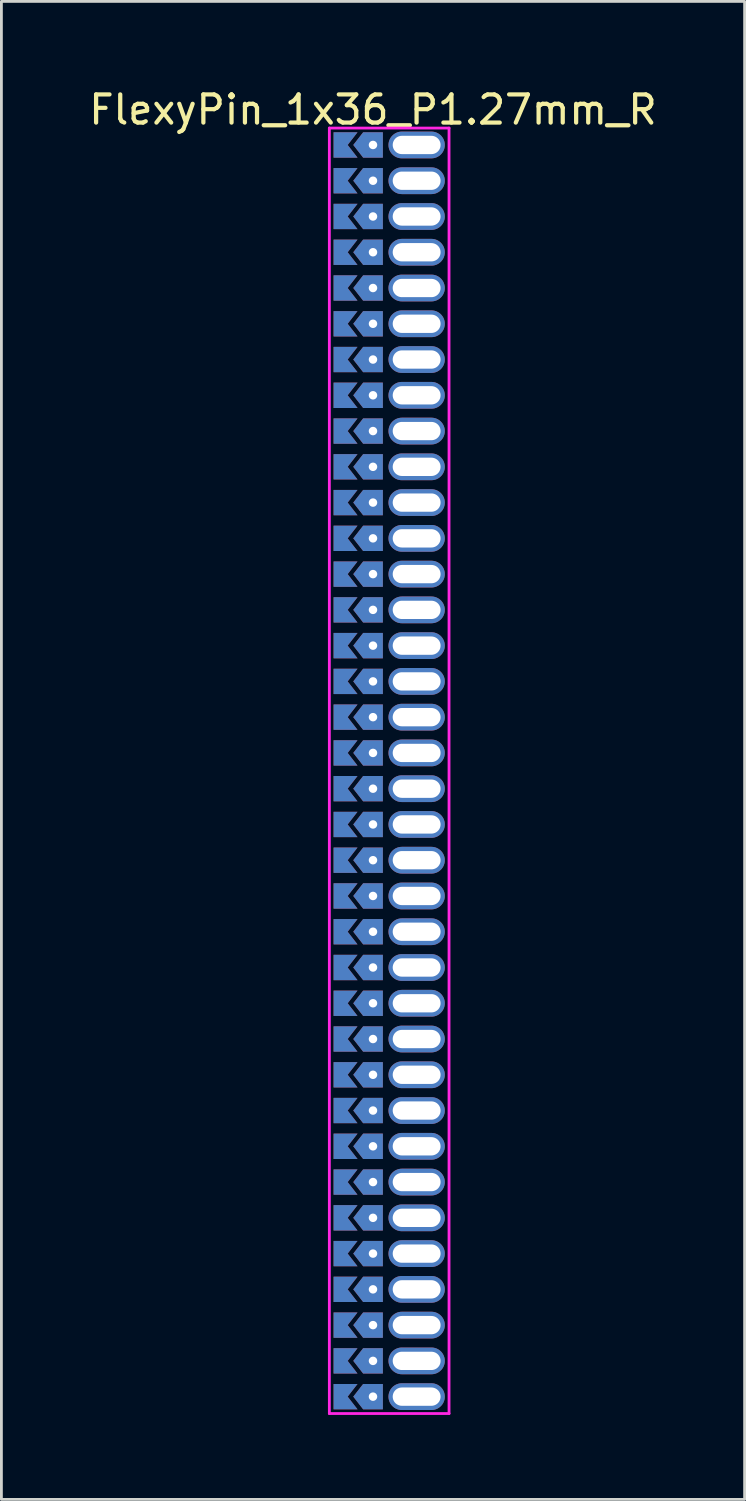
<source format=kicad_pcb>
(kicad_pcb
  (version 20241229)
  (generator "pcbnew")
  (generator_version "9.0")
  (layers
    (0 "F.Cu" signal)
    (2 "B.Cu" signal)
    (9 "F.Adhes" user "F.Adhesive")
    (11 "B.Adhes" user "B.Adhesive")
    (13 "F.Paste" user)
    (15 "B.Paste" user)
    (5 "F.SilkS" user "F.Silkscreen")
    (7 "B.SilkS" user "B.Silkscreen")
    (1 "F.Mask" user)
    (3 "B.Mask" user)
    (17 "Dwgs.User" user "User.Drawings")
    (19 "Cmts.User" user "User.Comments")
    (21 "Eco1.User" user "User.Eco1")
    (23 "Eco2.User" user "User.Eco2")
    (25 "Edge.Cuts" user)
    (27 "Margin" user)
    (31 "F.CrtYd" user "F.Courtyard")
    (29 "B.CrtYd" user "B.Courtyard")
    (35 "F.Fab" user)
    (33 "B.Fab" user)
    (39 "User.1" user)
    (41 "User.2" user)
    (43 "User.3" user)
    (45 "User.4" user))
  (footprint "FlexyPin_1x36_P1.27mm_R"
    (layer "F.Cu")
    (at 10.196 2.098)
    (property "Reference" "FlexyPin_1x36_P1.27mm_R" (at 0 -1.25 0) (layer "F.SilkS") (effects (font (size 1 1) (thickness 0.15))))
    (attr through_hole)
    (fp_line (start -1.55 -0.6) (end 2.7 -0.6) (stroke (width 0.1) (type solid)) (layer "F.CrtYd"))
    (fp_line (start -1.55 45.05) (end -1.55 -0.6) (stroke (width 0.1) (type solid)) (layer "F.CrtYd"))
    (fp_line (start 2.7 -0.6) (end 2.7 45.05) (stroke (width 0.1) (type solid)) (layer "F.CrtYd"))
    (fp_line (start 2.7 45.05) (end -1.55 45.05) (stroke (width 0.1) (type solid)) (layer "F.CrtYd"))
    (pad "" thru_hole custom (at 0 0) (size 0.3 0.3) (drill 0.6) (layers "*.Cu" "*.Mask") (options (anchor rect)) (primitives (gr_poly (pts (xy 0.35 0.45) (xy 0.35 -0.45) (xy -0.35 -0.45) (xy -0.7 0) (xy -0.35 0.45)) (width 0) (fill yes))))
    (pad "" thru_hole custom (at 0 1.27) (size 0.3 0.3) (drill 0.6) (layers "*.Cu" "*.Mask") (options (anchor rect)) (primitives (gr_poly (pts (xy 0.35 0.45) (xy 0.35 -0.45) (xy -0.35 -0.45) (xy -0.7 0) (xy -0.35 0.45)) (width 0) (fill yes))))
    (pad "" thru_hole custom (at 0 2.54) (size 0.3 0.3) (drill 0.6) (layers "*.Cu" "*.Mask") (options (anchor rect)) (primitives (gr_poly (pts (xy 0.35 0.45) (xy 0.35 -0.45) (xy -0.35 -0.45) (xy -0.7 0) (xy -0.35 0.45)) (width 0) (fill yes))))
    (pad "" thru_hole custom (at 0 3.81) (size 0.3 0.3) (drill 0.6) (layers "*.Cu" "*.Mask") (options (anchor rect)) (primitives (gr_poly (pts (xy 0.35 0.45) (xy 0.35 -0.45) (xy -0.35 -0.45) (xy -0.7 0) (xy -0.35 0.45)) (width 0) (fill yes))))
    (pad "" thru_hole custom (at 0 5.08) (size 0.3 0.3) (drill 0.6) (layers "*.Cu" "*.Mask") (options (anchor rect)) (primitives (gr_poly (pts (xy 0.35 0.45) (xy 0.35 -0.45) (xy -0.35 -0.45) (xy -0.7 0) (xy -0.35 0.45)) (width 0) (fill yes))))
    (pad "" thru_hole custom (at 0 6.35) (size 0.3 0.3) (drill 0.6) (layers "*.Cu" "*.Mask") (options (anchor rect)) (primitives (gr_poly (pts (xy 0.35 0.45) (xy 0.35 -0.45) (xy -0.35 -0.45) (xy -0.7 0) (xy -0.35 0.45)) (width 0) (fill yes))))
    (pad "" thru_hole custom (at 0 7.62) (size 0.3 0.3) (drill 0.6) (layers "*.Cu" "*.Mask") (options (anchor rect)) (primitives (gr_poly (pts (xy 0.35 0.45) (xy 0.35 -0.45) (xy -0.35 -0.45) (xy -0.7 0) (xy -0.35 0.45)) (width 0) (fill yes))))
    (pad "" thru_hole custom (at 0 8.89) (size 0.3 0.3) (drill 0.6) (layers "*.Cu" "*.Mask") (options (anchor rect)) (primitives (gr_poly (pts (xy 0.35 0.45) (xy 0.35 -0.45) (xy -0.35 -0.45) (xy -0.7 0) (xy -0.35 0.45)) (width 0) (fill yes))))
    (pad "" thru_hole custom (at 0 10.16) (size 0.3 0.3) (drill 0.6) (layers "*.Cu" "*.Mask") (options (anchor rect)) (primitives (gr_poly (pts (xy 0.35 0.45) (xy 0.35 -0.45) (xy -0.35 -0.45) (xy -0.7 0) (xy -0.35 0.45)) (width 0) (fill yes))))
    (pad "" thru_hole custom (at 0 11.43) (size 0.3 0.3) (drill 0.6) (layers "*.Cu" "*.Mask") (options (anchor rect)) (primitives (gr_poly (pts (xy 0.35 0.45) (xy 0.35 -0.45) (xy -0.35 -0.45) (xy -0.7 0) (xy -0.35 0.45)) (width 0) (fill yes))))
    (pad "" thru_hole custom (at 0 12.7) (size 0.3 0.3) (drill 0.6) (layers "*.Cu" "*.Mask") (options (anchor rect)) (primitives (gr_poly (pts (xy 0.35 0.45) (xy 0.35 -0.45) (xy -0.35 -0.45) (xy -0.7 0) (xy -0.35 0.45)) (width 0) (fill yes))))
    (pad "" thru_hole custom (at 0 13.97) (size 0.3 0.3) (drill 0.6) (layers "*.Cu" "*.Mask") (options (anchor rect)) (primitives (gr_poly (pts (xy 0.35 0.45) (xy 0.35 -0.45) (xy -0.35 -0.45) (xy -0.7 0) (xy -0.35 0.45)) (width 0) (fill yes))))
    (pad "" thru_hole custom (at 0 15.24) (size 0.3 0.3) (drill 0.6) (layers "*.Cu" "*.Mask") (options (anchor rect)) (primitives (gr_poly (pts (xy 0.35 0.45) (xy 0.35 -0.45) (xy -0.35 -0.45) (xy -0.7 0) (xy -0.35 0.45)) (width 0) (fill yes))))
    (pad "" thru_hole custom (at 0 16.51) (size 0.3 0.3) (drill 0.6) (layers "*.Cu" "*.Mask") (options (anchor rect)) (primitives (gr_poly (pts (xy 0.35 0.45) (xy 0.35 -0.45) (xy -0.35 -0.45) (xy -0.7 0) (xy -0.35 0.45)) (width 0) (fill yes))))
    (pad "" thru_hole custom (at 0 17.78) (size 0.3 0.3) (drill 0.6) (layers "*.Cu" "*.Mask") (options (anchor rect)) (primitives (gr_poly (pts (xy 0.35 0.45) (xy 0.35 -0.45) (xy -0.35 -0.45) (xy -0.7 0) (xy -0.35 0.45)) (width 0) (fill yes))))
    (pad "" thru_hole custom (at 0 19.05) (size 0.3 0.3) (drill 0.6) (layers "*.Cu" "*.Mask") (options (anchor rect)) (primitives (gr_poly (pts (xy 0.35 0.45) (xy 0.35 -0.45) (xy -0.35 -0.45) (xy -0.7 0) (xy -0.35 0.45)) (width 0) (fill yes))))
    (pad "" thru_hole custom (at 0 20.32) (size 0.3 0.3) (drill 0.6) (layers "*.Cu" "*.Mask") (options (anchor rect)) (primitives (gr_poly (pts (xy 0.35 0.45) (xy 0.35 -0.45) (xy -0.35 -0.45) (xy -0.7 0) (xy -0.35 0.45)) (width 0) (fill yes))))
    (pad "" thru_hole custom (at 0 21.59) (size 0.3 0.3) (drill 0.6) (layers "*.Cu" "*.Mask") (options (anchor rect)) (primitives (gr_poly (pts (xy 0.35 0.45) (xy 0.35 -0.45) (xy -0.35 -0.45) (xy -0.7 0) (xy -0.35 0.45)) (width 0) (fill yes))))
    (pad "" thru_hole custom (at 0 22.86) (size 0.3 0.3) (drill 0.6) (layers "*.Cu" "*.Mask") (options (anchor rect)) (primitives (gr_poly (pts (xy 0.35 0.45) (xy 0.35 -0.45) (xy -0.35 -0.45) (xy -0.7 0) (xy -0.35 0.45)) (width 0) (fill yes))))
    (pad "" thru_hole custom (at 0 24.13) (size 0.3 0.3) (drill 0.6) (layers "*.Cu" "*.Mask") (options (anchor rect)) (primitives (gr_poly (pts (xy 0.35 0.45) (xy 0.35 -0.45) (xy -0.35 -0.45) (xy -0.7 0) (xy -0.35 0.45)) (width 0) (fill yes))))
    (pad "" thru_hole custom (at 0 25.4) (size 0.3 0.3) (drill 0.6) (layers "*.Cu" "*.Mask") (options (anchor rect)) (primitives (gr_poly (pts (xy 0.35 0.45) (xy 0.35 -0.45) (xy -0.35 -0.45) (xy -0.7 0) (xy -0.35 0.45)) (width 0) (fill yes))))
    (pad "" thru_hole custom (at 0 26.67) (size 0.3 0.3) (drill 0.6) (layers "*.Cu" "*.Mask") (options (anchor rect)) (primitives (gr_poly (pts (xy 0.35 0.45) (xy 0.35 -0.45) (xy -0.35 -0.45) (xy -0.7 0) (xy -0.35 0.45)) (width 0) (fill yes))))
    (pad "" thru_hole custom (at 0 27.94) (size 0.3 0.3) (drill 0.6) (layers "*.Cu" "*.Mask") (options (anchor rect)) (primitives (gr_poly (pts (xy 0.35 0.45) (xy 0.35 -0.45) (xy -0.35 -0.45) (xy -0.7 0) (xy -0.35 0.45)) (width 0) (fill yes))))
    (pad "" thru_hole custom (at 0 29.21) (size 0.3 0.3) (drill 0.6) (layers "*.Cu" "*.Mask") (options (anchor rect)) (primitives (gr_poly (pts (xy 0.35 0.45) (xy 0.35 -0.45) (xy -0.35 -0.45) (xy -0.7 0) (xy -0.35 0.45)) (width 0) (fill yes))))
    (pad "" thru_hole custom (at 0 30.48) (size 0.3 0.3) (drill 0.6) (layers "*.Cu" "*.Mask") (options (anchor rect)) (primitives (gr_poly (pts (xy 0.35 0.45) (xy 0.35 -0.45) (xy -0.35 -0.45) (xy -0.7 0) (xy -0.35 0.45)) (width 0) (fill yes))))
    (pad "" thru_hole custom (at 0 31.75) (size 0.3 0.3) (drill 0.6) (layers "*.Cu" "*.Mask") (options (anchor rect)) (primitives (gr_poly (pts (xy 0.35 0.45) (xy 0.35 -0.45) (xy -0.35 -0.45) (xy -0.7 0) (xy -0.35 0.45)) (width 0) (fill yes))))
    (pad "" thru_hole custom (at 0 33.02) (size 0.3 0.3) (drill 0.6) (layers "*.Cu" "*.Mask") (options (anchor rect)) (primitives (gr_poly (pts (xy 0.35 0.45) (xy 0.35 -0.45) (xy -0.35 -0.45) (xy -0.7 0) (xy -0.35 0.45)) (width 0) (fill yes))))
    (pad "" thru_hole custom (at 0 34.29) (size 0.3 0.3) (drill 0.6) (layers "*.Cu" "*.Mask") (options (anchor rect)) (primitives (gr_poly (pts (xy 0.35 0.45) (xy 0.35 -0.45) (xy -0.35 -0.45) (xy -0.7 0) (xy -0.35 0.45)) (width 0) (fill yes))))
    (pad "" thru_hole custom (at 0 35.56) (size 0.3 0.3) (drill 0.6) (layers "*.Cu" "*.Mask") (options (anchor rect)) (primitives (gr_poly (pts (xy 0.35 0.45) (xy 0.35 -0.45) (xy -0.35 -0.45) (xy -0.7 0) (xy -0.35 0.45)) (width 0) (fill yes))))
    (pad "" thru_hole custom (at 0 36.83) (size 0.3 0.3) (drill 0.6) (layers "*.Cu" "*.Mask") (options (anchor rect)) (primitives (gr_poly (pts (xy 0.35 0.45) (xy 0.35 -0.45) (xy -0.35 -0.45) (xy -0.7 0) (xy -0.35 0.45)) (width 0) (fill yes))))
    (pad "" thru_hole custom (at 0 38.1) (size 0.3 0.3) (drill 0.6) (layers "*.Cu" "*.Mask") (options (anchor rect)) (primitives (gr_poly (pts (xy 0.35 0.45) (xy 0.35 -0.45) (xy -0.35 -0.45) (xy -0.7 0) (xy -0.35 0.45)) (width 0) (fill yes))))
    (pad "" thru_hole custom (at 0 39.37) (size 0.3 0.3) (drill 0.6) (layers "*.Cu" "*.Mask") (options (anchor rect)) (primitives (gr_poly (pts (xy 0.35 0.45) (xy 0.35 -0.45) (xy -0.35 -0.45) (xy -0.7 0) (xy -0.35 0.45)) (width 0) (fill yes))))
    (pad "" thru_hole custom (at 0 40.64) (size 0.3 0.3) (drill 0.6) (layers "*.Cu" "*.Mask") (options (anchor rect)) (primitives (gr_poly (pts (xy 0.35 0.45) (xy 0.35 -0.45) (xy -0.35 -0.45) (xy -0.7 0) (xy -0.35 0.45)) (width 0) (fill yes))))
    (pad "" thru_hole custom (at 0 41.91) (size 0.3 0.3) (drill 0.6) (layers "*.Cu" "*.Mask") (options (anchor rect)) (primitives (gr_poly (pts (xy 0.35 0.45) (xy 0.35 -0.45) (xy -0.35 -0.45) (xy -0.7 0) (xy -0.35 0.45)) (width 0) (fill yes))))
    (pad "" thru_hole custom (at 0 43.18) (size 0.3 0.3) (drill 0.6) (layers "*.Cu" "*.Mask") (options (anchor rect)) (primitives (gr_poly (pts (xy 0.35 0.45) (xy 0.35 -0.45) (xy -0.35 -0.45) (xy -0.7 0) (xy -0.35 0.45)) (width 0) (fill yes))))
    (pad "" thru_hole custom (at 0 44.45) (size 0.3 0.3) (drill 0.6) (layers "*.Cu" "*.Mask") (options (anchor rect)) (primitives (gr_poly (pts (xy 0.35 0.45) (xy 0.35 -0.45) (xy -0.35 -0.45) (xy -0.7 0) (xy -0.35 0.45)) (width 0) (fill yes))))
    (pad "" thru_hole oval (at 1.55 0) (size 2 0.95) (drill oval 1.7 0.65) (layers "*.Cu" "*.Mask"))
    (pad "" thru_hole oval (at 1.55 1.27) (size 2 0.95) (drill oval 1.7 0.65) (layers "*.Cu" "*.Mask"))
    (pad "" thru_hole oval (at 1.55 2.54) (size 2 0.95) (drill oval 1.7 0.65) (layers "*.Cu" "*.Mask"))
    (pad "" thru_hole oval (at 1.55 3.81) (size 2 0.95) (drill oval 1.7 0.65) (layers "*.Cu" "*.Mask"))
    (pad "" thru_hole oval (at 1.55 5.08) (size 2 0.95) (drill oval 1.7 0.65) (layers "*.Cu" "*.Mask"))
    (pad "" thru_hole oval (at 1.55 6.35) (size 2 0.95) (drill oval 1.7 0.65) (layers "*.Cu" "*.Mask"))
    (pad "" thru_hole oval (at 1.55 7.62) (size 2 0.95) (drill oval 1.7 0.65) (layers "*.Cu" "*.Mask"))
    (pad "" thru_hole oval (at 1.55 8.89) (size 2 0.95) (drill oval 1.7 0.65) (layers "*.Cu" "*.Mask"))
    (pad "" thru_hole oval (at 1.55 10.16) (size 2 0.95) (drill oval 1.7 0.65) (layers "*.Cu" "*.Mask"))
    (pad "" thru_hole oval (at 1.55 11.43) (size 2 0.95) (drill oval 1.7 0.65) (layers "*.Cu" "*.Mask"))
    (pad "" thru_hole oval (at 1.55 12.7) (size 2 0.95) (drill oval 1.7 0.65) (layers "*.Cu" "*.Mask"))
    (pad "" thru_hole oval (at 1.55 13.97) (size 2 0.95) (drill oval 1.7 0.65) (layers "*.Cu" "*.Mask"))
    (pad "" thru_hole oval (at 1.55 15.24) (size 2 0.95) (drill oval 1.7 0.65) (layers "*.Cu" "*.Mask"))
    (pad "" thru_hole oval (at 1.55 16.51) (size 2 0.95) (drill oval 1.7 0.65) (layers "*.Cu" "*.Mask"))
    (pad "" thru_hole oval (at 1.55 17.78) (size 2 0.95) (drill oval 1.7 0.65) (layers "*.Cu" "*.Mask"))
    (pad "" thru_hole oval (at 1.55 19.05) (size 2 0.95) (drill oval 1.7 0.65) (layers "*.Cu" "*.Mask"))
    (pad "" thru_hole oval (at 1.55 20.32) (size 2 0.95) (drill oval 1.7 0.65) (layers "*.Cu" "*.Mask"))
    (pad "" thru_hole oval (at 1.55 21.59) (size 2 0.95) (drill oval 1.7 0.65) (layers "*.Cu" "*.Mask"))
    (pad "" thru_hole oval (at 1.55 22.86) (size 2 0.95) (drill oval 1.7 0.65) (layers "*.Cu" "*.Mask"))
    (pad "" thru_hole oval (at 1.55 24.13) (size 2 0.95) (drill oval 1.7 0.65) (layers "*.Cu" "*.Mask"))
    (pad "" thru_hole oval (at 1.55 25.4) (size 2 0.95) (drill oval 1.7 0.65) (layers "*.Cu" "*.Mask"))
    (pad "" thru_hole oval (at 1.55 26.67) (size 2 0.95) (drill oval 1.7 0.65) (layers "*.Cu" "*.Mask"))
    (pad "" thru_hole oval (at 1.55 27.94) (size 2 0.95) (drill oval 1.7 0.65) (layers "*.Cu" "*.Mask"))
    (pad "" thru_hole oval (at 1.55 29.21) (size 2 0.95) (drill oval 1.7 0.65) (layers "*.Cu" "*.Mask"))
    (pad "" thru_hole oval (at 1.55 30.48) (size 2 0.95) (drill oval 1.7 0.65) (layers "*.Cu" "*.Mask"))
    (pad "" thru_hole oval (at 1.55 31.75) (size 2 0.95) (drill oval 1.7 0.65) (layers "*.Cu" "*.Mask"))
    (pad "" thru_hole oval (at 1.55 33.02) (size 2 0.95) (drill oval 1.7 0.65) (layers "*.Cu" "*.Mask"))
    (pad "" thru_hole oval (at 1.55 34.29) (size 2 0.95) (drill oval 1.7 0.65) (layers "*.Cu" "*.Mask"))
    (pad "" thru_hole oval (at 1.55 35.56) (size 2 0.95) (drill oval 1.7 0.65) (layers "*.Cu" "*.Mask"))
    (pad "" thru_hole oval (at 1.55 36.83) (size 2 0.95) (drill oval 1.7 0.65) (layers "*.Cu" "*.Mask"))
    (pad "" thru_hole oval (at 1.55 38.1) (size 2 0.95) (drill oval 1.7 0.65) (layers "*.Cu" "*.Mask"))
    (pad "" thru_hole oval (at 1.55 39.37) (size 2 0.95) (drill oval 1.7 0.65) (layers "*.Cu" "*.Mask"))
    (pad "" thru_hole oval (at 1.55 40.64) (size 2 0.95) (drill oval 1.7 0.65) (layers "*.Cu" "*.Mask"))
    (pad "" thru_hole oval (at 1.55 41.91) (size 2 0.95) (drill oval 1.7 0.65) (layers "*.Cu" "*.Mask"))
    (pad "" thru_hole oval (at 1.55 43.18) (size 2 0.95) (drill oval 1.7 0.65) (layers "*.Cu" "*.Mask"))
    (pad "" thru_hole oval (at 1.55 44.45) (size 2 0.95) (drill oval 1.7 0.65) (layers "*.Cu" "*.Mask"))
    (pad "1" smd custom (at -0.9 0) (size 0.01 0.01) (layers "F.Cu" "F.Mask") (options (anchor rect)) (primitives (gr_poly (pts (xy 0 0) (xy 0.35 0.45) (xy -0.5 0.45) (xy -0.5 -0.45) (xy 0.35 -0.45)) (width 0) (fill yes))))
    (pad "2" smd custom (at -0.9 1.27) (size 0.01 0.01) (layers "F.Cu" "F.Mask") (options (anchor rect)) (primitives (gr_poly (pts (xy 0 0) (xy 0.35 0.45) (xy -0.5 0.45) (xy -0.5 -0.45) (xy 0.35 -0.45)) (width 0) (fill yes))))
    (pad "3" smd custom (at -0.9 2.54) (size 0.01 0.01) (layers "F.Cu" "F.Mask") (options (anchor rect)) (primitives (gr_poly (pts (xy 0 0) (xy 0.35 0.45) (xy -0.5 0.45) (xy -0.5 -0.45) (xy 0.35 -0.45)) (width 0) (fill yes))))
    (pad "4" smd custom (at -0.9 3.81) (size 0.01 0.01) (layers "F.Cu" "F.Mask") (options (anchor rect)) (primitives (gr_poly (pts (xy 0 0) (xy 0.35 0.45) (xy -0.5 0.45) (xy -0.5 -0.45) (xy 0.35 -0.45)) (width 0) (fill yes))))
    (pad "5" smd custom (at -0.9 5.08) (size 0.01 0.01) (layers "F.Cu" "F.Mask") (options (anchor rect)) (primitives (gr_poly (pts (xy 0 0) (xy 0.35 0.45) (xy -0.5 0.45) (xy -0.5 -0.45) (xy 0.35 -0.45)) (width 0) (fill yes))))
    (pad "6" smd custom (at -0.9 6.35) (size 0.01 0.01) (layers "F.Cu" "F.Mask") (options (anchor rect)) (primitives (gr_poly (pts (xy 0 0) (xy 0.35 0.45) (xy -0.5 0.45) (xy -0.5 -0.45) (xy 0.35 -0.45)) (width 0) (fill yes))))
    (pad "7" smd custom (at -0.9 7.62) (size 0.01 0.01) (layers "F.Cu" "F.Mask") (options (anchor rect)) (primitives (gr_poly (pts (xy 0 0) (xy 0.35 0.45) (xy -0.5 0.45) (xy -0.5 -0.45) (xy 0.35 -0.45)) (width 0) (fill yes))))
    (pad "8" smd custom (at -0.9 8.89) (size 0.01 0.01) (layers "F.Cu" "F.Mask") (options (anchor rect)) (primitives (gr_poly (pts (xy 0 0) (xy 0.35 0.45) (xy -0.5 0.45) (xy -0.5 -0.45) (xy 0.35 -0.45)) (width 0) (fill yes))))
    (pad "9" smd custom (at -0.9 10.16) (size 0.01 0.01) (layers "F.Cu" "F.Mask") (options (anchor rect)) (primitives (gr_poly (pts (xy 0 0) (xy 0.35 0.45) (xy -0.5 0.45) (xy -0.5 -0.45) (xy 0.35 -0.45)) (width 0) (fill yes))))
    (pad "10" smd custom (at -0.9 11.43) (size 0.01 0.01) (layers "F.Cu" "F.Mask") (options (anchor rect)) (primitives (gr_poly (pts (xy 0 0) (xy 0.35 0.45) (xy -0.5 0.45) (xy -0.5 -0.45) (xy 0.35 -0.45)) (width 0) (fill yes))))
    (pad "11" smd custom (at -0.9 12.7) (size 0.01 0.01) (layers "F.Cu" "F.Mask") (options (anchor rect)) (primitives (gr_poly (pts (xy 0 0) (xy 0.35 0.45) (xy -0.5 0.45) (xy -0.5 -0.45) (xy 0.35 -0.45)) (width 0) (fill yes))))
    (pad "12" smd custom (at -0.9 13.97) (size 0.01 0.01) (layers "F.Cu" "F.Mask") (options (anchor rect)) (primitives (gr_poly (pts (xy 0 0) (xy 0.35 0.45) (xy -0.5 0.45) (xy -0.5 -0.45) (xy 0.35 -0.45)) (width 0) (fill yes))))
    (pad "13" smd custom (at -0.9 15.24) (size 0.01 0.01) (layers "F.Cu" "F.Mask") (options (anchor rect)) (primitives (gr_poly (pts (xy 0 0) (xy 0.35 0.45) (xy -0.5 0.45) (xy -0.5 -0.45) (xy 0.35 -0.45)) (width 0) (fill yes))))
    (pad "14" smd custom (at -0.9 16.51) (size 0.01 0.01) (layers "F.Cu" "F.Mask") (options (anchor rect)) (primitives (gr_poly (pts (xy 0 0) (xy 0.35 0.45) (xy -0.5 0.45) (xy -0.5 -0.45) (xy 0.35 -0.45)) (width 0) (fill yes))))
    (pad "15" smd custom (at -0.9 17.78) (size 0.01 0.01) (layers "F.Cu" "F.Mask") (options (anchor rect)) (primitives (gr_poly (pts (xy 0 0) (xy 0.35 0.45) (xy -0.5 0.45) (xy -0.5 -0.45) (xy 0.35 -0.45)) (width 0) (fill yes))))
    (pad "16" smd custom (at -0.9 19.05) (size 0.01 0.01) (layers "F.Cu" "F.Mask") (options (anchor rect)) (primitives (gr_poly (pts (xy 0 0) (xy 0.35 0.45) (xy -0.5 0.45) (xy -0.5 -0.45) (xy 0.35 -0.45)) (width 0) (fill yes))))
    (pad "17" smd custom (at -0.9 20.32) (size 0.01 0.01) (layers "F.Cu" "F.Mask") (options (anchor rect)) (primitives (gr_poly (pts (xy 0 0) (xy 0.35 0.45) (xy -0.5 0.45) (xy -0.5 -0.45) (xy 0.35 -0.45)) (width 0) (fill yes))))
    (pad "18" smd custom (at -0.9 21.59) (size 0.01 0.01) (layers "F.Cu" "F.Mask") (options (anchor rect)) (primitives (gr_poly (pts (xy 0 0) (xy 0.35 0.45) (xy -0.5 0.45) (xy -0.5 -0.45) (xy 0.35 -0.45)) (width 0) (fill yes))))
    (pad "19" smd custom (at -0.9 22.86) (size 0.01 0.01) (layers "F.Cu" "F.Mask") (options (anchor rect)) (primitives (gr_poly (pts (xy 0 0) (xy 0.35 0.45) (xy -0.5 0.45) (xy -0.5 -0.45) (xy 0.35 -0.45)) (width 0) (fill yes))))
    (pad "20" smd custom (at -0.9 24.13) (size 0.01 0.01) (layers "F.Cu" "F.Mask") (options (anchor rect)) (primitives (gr_poly (pts (xy 0 0) (xy 0.35 0.45) (xy -0.5 0.45) (xy -0.5 -0.45) (xy 0.35 -0.45)) (width 0) (fill yes))))
    (pad "21" smd custom (at -0.9 25.4) (size 0.01 0.01) (layers "F.Cu" "F.Mask") (options (anchor rect)) (primitives (gr_poly (pts (xy 0 0) (xy 0.35 0.45) (xy -0.5 0.45) (xy -0.5 -0.45) (xy 0.35 -0.45)) (width 0) (fill yes))))
    (pad "22" smd custom (at -0.9 26.67) (size 0.01 0.01) (layers "F.Cu" "F.Mask") (options (anchor rect)) (primitives (gr_poly (pts (xy 0 0) (xy 0.35 0.45) (xy -0.5 0.45) (xy -0.5 -0.45) (xy 0.35 -0.45)) (width 0) (fill yes))))
    (pad "23" smd custom (at -0.9 27.94) (size 0.01 0.01) (layers "F.Cu" "F.Mask") (options (anchor rect)) (primitives (gr_poly (pts (xy 0 0) (xy 0.35 0.45) (xy -0.5 0.45) (xy -0.5 -0.45) (xy 0.35 -0.45)) (width 0) (fill yes))))
    (pad "24" smd custom (at -0.9 29.21) (size 0.01 0.01) (layers "F.Cu" "F.Mask") (options (anchor rect)) (primitives (gr_poly (pts (xy 0 0) (xy 0.35 0.45) (xy -0.5 0.45) (xy -0.5 -0.45) (xy 0.35 -0.45)) (width 0) (fill yes))))
    (pad "25" smd custom (at -0.9 30.48) (size 0.01 0.01) (layers "F.Cu" "F.Mask") (options (anchor rect)) (primitives (gr_poly (pts (xy 0 0) (xy 0.35 0.45) (xy -0.5 0.45) (xy -0.5 -0.45) (xy 0.35 -0.45)) (width 0) (fill yes))))
    (pad "26" smd custom (at -0.9 31.75) (size 0.01 0.01) (layers "F.Cu" "F.Mask") (options (anchor rect)) (primitives (gr_poly (pts (xy 0 0) (xy 0.35 0.45) (xy -0.5 0.45) (xy -0.5 -0.45) (xy 0.35 -0.45)) (width 0) (fill yes))))
    (pad "27" smd custom (at -0.9 33.02) (size 0.01 0.01) (layers "F.Cu" "F.Mask") (options (anchor rect)) (primitives (gr_poly (pts (xy 0 0) (xy 0.35 0.45) (xy -0.5 0.45) (xy -0.5 -0.45) (xy 0.35 -0.45)) (width 0) (fill yes))))
    (pad "28" smd custom (at -0.9 34.29) (size 0.01 0.01) (layers "F.Cu" "F.Mask") (options (anchor rect)) (primitives (gr_poly (pts (xy 0 0) (xy 0.35 0.45) (xy -0.5 0.45) (xy -0.5 -0.45) (xy 0.35 -0.45)) (width 0) (fill yes))))
    (pad "29" smd custom (at -0.9 35.56) (size 0.01 0.01) (layers "F.Cu" "F.Mask") (options (anchor rect)) (primitives (gr_poly (pts (xy 0 0) (xy 0.35 0.45) (xy -0.5 0.45) (xy -0.5 -0.45) (xy 0.35 -0.45)) (width 0) (fill yes))))
    (pad "30" smd custom (at -0.9 36.83) (size 0.01 0.01) (layers "F.Cu" "F.Mask") (options (anchor rect)) (primitives (gr_poly (pts (xy 0 0) (xy 0.35 0.45) (xy -0.5 0.45) (xy -0.5 -0.45) (xy 0.35 -0.45)) (width 0) (fill yes))))
    (pad "31" smd custom (at -0.9 38.1) (size 0.01 0.01) (layers "F.Cu" "F.Mask") (options (anchor rect)) (primitives (gr_poly (pts (xy 0 0) (xy 0.35 0.45) (xy -0.5 0.45) (xy -0.5 -0.45) (xy 0.35 -0.45)) (width 0) (fill yes))))
    (pad "32" smd custom (at -0.9 39.37) (size 0.01 0.01) (layers "F.Cu" "F.Mask") (options (anchor rect)) (primitives (gr_poly (pts (xy 0 0) (xy 0.35 0.45) (xy -0.5 0.45) (xy -0.5 -0.45) (xy 0.35 -0.45)) (width 0) (fill yes))))
    (pad "33" smd custom (at -0.9 40.64) (size 0.01 0.01) (layers "F.Cu" "F.Mask") (options (anchor rect)) (primitives (gr_poly (pts (xy 0 0) (xy 0.35 0.45) (xy -0.5 0.45) (xy -0.5 -0.45) (xy 0.35 -0.45)) (width 0) (fill yes))))
    (pad "34" smd custom (at -0.9 41.91) (size 0.01 0.01) (layers "F.Cu" "F.Mask") (options (anchor rect)) (primitives (gr_poly (pts (xy 0 0) (xy 0.35 0.45) (xy -0.5 0.45) (xy -0.5 -0.45) (xy 0.35 -0.45)) (width 0) (fill yes))))
    (pad "35" smd custom (at -0.9 43.18) (size 0.01 0.01) (layers "F.Cu" "F.Mask") (options (anchor rect)) (primitives (gr_poly (pts (xy 0 0) (xy 0.35 0.45) (xy -0.5 0.45) (xy -0.5 -0.45) (xy 0.35 -0.45)) (width 0) (fill yes))))
    (pad "36" smd custom (at -0.9 44.45) (size 0.01 0.01) (layers "F.Cu" "F.Mask") (options (anchor rect)) (primitives (gr_poly (pts (xy 0 0) (xy 0.35 0.45) (xy -0.5 0.45) (xy -0.5 -0.45) (xy 0.35 -0.45)) (width 0) (fill yes))))
    (pad "37" smd custom (at -0.9 0) (size 0.01 0.01) (layers "B.Cu" "B.Mask") (options (anchor rect)) (primitives (gr_poly (pts (xy 0 0) (xy 0.35 0.45) (xy -0.5 0.45) (xy -0.5 -0.45) (xy 0.35 -0.45)) (width 0) (fill yes))))
    (pad "38" smd custom (at -0.9 1.27) (size 0.01 0.01) (layers "B.Cu" "B.Mask") (options (anchor rect)) (primitives (gr_poly (pts (xy 0 0) (xy 0.35 0.45) (xy -0.5 0.45) (xy -0.5 -0.45) (xy 0.35 -0.45)) (width 0) (fill yes))))
    (pad "39" smd custom (at -0.9 2.54) (size 0.01 0.01) (layers "B.Cu" "B.Mask") (options (anchor rect)) (primitives (gr_poly (pts (xy 0 0) (xy 0.35 0.45) (xy -0.5 0.45) (xy -0.5 -0.45) (xy 0.35 -0.45)) (width 0) (fill yes))))
    (pad "40" smd custom (at -0.9 3.81) (size 0.01 0.01) (layers "B.Cu" "B.Mask") (options (anchor rect)) (primitives (gr_poly (pts (xy 0 0) (xy 0.35 0.45) (xy -0.5 0.45) (xy -0.5 -0.45) (xy 0.35 -0.45)) (width 0) (fill yes))))
    (pad "41" smd custom (at -0.9 5.08) (size 0.01 0.01) (layers "B.Cu" "B.Mask") (options (anchor rect)) (primitives (gr_poly (pts (xy 0 0) (xy 0.35 0.45) (xy -0.5 0.45) (xy -0.5 -0.45) (xy 0.35 -0.45)) (width 0) (fill yes))))
    (pad "42" smd custom (at -0.9 6.35) (size 0.01 0.01) (layers "B.Cu" "B.Mask") (options (anchor rect)) (primitives (gr_poly (pts (xy 0 0) (xy 0.35 0.45) (xy -0.5 0.45) (xy -0.5 -0.45) (xy 0.35 -0.45)) (width 0) (fill yes))))
    (pad "43" smd custom (at -0.9 7.62) (size 0.01 0.01) (layers "B.Cu" "B.Mask") (options (anchor rect)) (primitives (gr_poly (pts (xy 0 0) (xy 0.35 0.45) (xy -0.5 0.45) (xy -0.5 -0.45) (xy 0.35 -0.45)) (width 0) (fill yes))))
    (pad "44" smd custom (at -0.9 8.89) (size 0.01 0.01) (layers "B.Cu" "B.Mask") (options (anchor rect)) (primitives (gr_poly (pts (xy 0 0) (xy 0.35 0.45) (xy -0.5 0.45) (xy -0.5 -0.45) (xy 0.35 -0.45)) (width 0) (fill yes))))
    (pad "45" smd custom (at -0.9 10.16) (size 0.01 0.01) (layers "B.Cu" "B.Mask") (options (anchor rect)) (primitives (gr_poly (pts (xy 0 0) (xy 0.35 0.45) (xy -0.5 0.45) (xy -0.5 -0.45) (xy 0.35 -0.45)) (width 0) (fill yes))))
    (pad "46" smd custom (at -0.9 11.43) (size 0.01 0.01) (layers "B.Cu" "B.Mask") (options (anchor rect)) (primitives (gr_poly (pts (xy 0 0) (xy 0.35 0.45) (xy -0.5 0.45) (xy -0.5 -0.45) (xy 0.35 -0.45)) (width 0) (fill yes))))
    (pad "47" smd custom (at -0.9 12.7) (size 0.01 0.01) (layers "B.Cu" "B.Mask") (options (anchor rect)) (primitives (gr_poly (pts (xy 0 0) (xy 0.35 0.45) (xy -0.5 0.45) (xy -0.5 -0.45) (xy 0.35 -0.45)) (width 0) (fill yes))))
    (pad "48" smd custom (at -0.9 13.97) (size 0.01 0.01) (layers "B.Cu" "B.Mask") (options (anchor rect)) (primitives (gr_poly (pts (xy 0 0) (xy 0.35 0.45) (xy -0.5 0.45) (xy -0.5 -0.45) (xy 0.35 -0.45)) (width 0) (fill yes))))
    (pad "49" smd custom (at -0.9 15.24) (size 0.01 0.01) (layers "B.Cu" "B.Mask") (options (anchor rect)) (primitives (gr_poly (pts (xy 0 0) (xy 0.35 0.45) (xy -0.5 0.45) (xy -0.5 -0.45) (xy 0.35 -0.45)) (width 0) (fill yes))))
    (pad "50" smd custom (at -0.9 16.51) (size 0.01 0.01) (layers "B.Cu" "B.Mask") (options (anchor rect)) (primitives (gr_poly (pts (xy 0 0) (xy 0.35 0.45) (xy -0.5 0.45) (xy -0.5 -0.45) (xy 0.35 -0.45)) (width 0) (fill yes))))
    (pad "51" smd custom (at -0.9 17.78) (size 0.01 0.01) (layers "B.Cu" "B.Mask") (options (anchor rect)) (primitives (gr_poly (pts (xy 0 0) (xy 0.35 0.45) (xy -0.5 0.45) (xy -0.5 -0.45) (xy 0.35 -0.45)) (width 0) (fill yes))))
    (pad "52" smd custom (at -0.9 19.05) (size 0.01 0.01) (layers "B.Cu" "B.Mask") (options (anchor rect)) (primitives (gr_poly (pts (xy 0 0) (xy 0.35 0.45) (xy -0.5 0.45) (xy -0.5 -0.45) (xy 0.35 -0.45)) (width 0) (fill yes))))
    (pad "53" smd custom (at -0.9 20.32) (size 0.01 0.01) (layers "B.Cu" "B.Mask") (options (anchor rect)) (primitives (gr_poly (pts (xy 0 0) (xy 0.35 0.45) (xy -0.5 0.45) (xy -0.5 -0.45) (xy 0.35 -0.45)) (width 0) (fill yes))))
    (pad "54" smd custom (at -0.9 21.59) (size 0.01 0.01) (layers "B.Cu" "B.Mask") (options (anchor rect)) (primitives (gr_poly (pts (xy 0 0) (xy 0.35 0.45) (xy -0.5 0.45) (xy -0.5 -0.45) (xy 0.35 -0.45)) (width 0) (fill yes))))
    (pad "55" smd custom (at -0.9 22.86) (size 0.01 0.01) (layers "B.Cu" "B.Mask") (options (anchor rect)) (primitives (gr_poly (pts (xy 0 0) (xy 0.35 0.45) (xy -0.5 0.45) (xy -0.5 -0.45) (xy 0.35 -0.45)) (width 0) (fill yes))))
    (pad "56" smd custom (at -0.9 24.13) (size 0.01 0.01) (layers "B.Cu" "B.Mask") (options (anchor rect)) (primitives (gr_poly (pts (xy 0 0) (xy 0.35 0.45) (xy -0.5 0.45) (xy -0.5 -0.45) (xy 0.35 -0.45)) (width 0) (fill yes))))
    (pad "57" smd custom (at -0.9 25.4) (size 0.01 0.01) (layers "B.Cu" "B.Mask") (options (anchor rect)) (primitives (gr_poly (pts (xy 0 0) (xy 0.35 0.45) (xy -0.5 0.45) (xy -0.5 -0.45) (xy 0.35 -0.45)) (width 0) (fill yes))))
    (pad "58" smd custom (at -0.9 26.67) (size 0.01 0.01) (layers "B.Cu" "B.Mask") (options (anchor rect)) (primitives (gr_poly (pts (xy 0 0) (xy 0.35 0.45) (xy -0.5 0.45) (xy -0.5 -0.45) (xy 0.35 -0.45)) (width 0) (fill yes))))
    (pad "59" smd custom (at -0.9 27.94) (size 0.01 0.01) (layers "B.Cu" "B.Mask") (options (anchor rect)) (primitives (gr_poly (pts (xy 0 0) (xy 0.35 0.45) (xy -0.5 0.45) (xy -0.5 -0.45) (xy 0.35 -0.45)) (width 0) (fill yes))))
    (pad "60" smd custom (at -0.9 29.21) (size 0.01 0.01) (layers "B.Cu" "B.Mask") (options (anchor rect)) (primitives (gr_poly (pts (xy 0 0) (xy 0.35 0.45) (xy -0.5 0.45) (xy -0.5 -0.45) (xy 0.35 -0.45)) (width 0) (fill yes))))
    (pad "61" smd custom (at -0.9 30.48) (size 0.01 0.01) (layers "B.Cu" "B.Mask") (options (anchor rect)) (primitives (gr_poly (pts (xy 0 0) (xy 0.35 0.45) (xy -0.5 0.45) (xy -0.5 -0.45) (xy 0.35 -0.45)) (width 0) (fill yes))))
    (pad "62" smd custom (at -0.9 31.75) (size 0.01 0.01) (layers "B.Cu" "B.Mask") (options (anchor rect)) (primitives (gr_poly (pts (xy 0 0) (xy 0.35 0.45) (xy -0.5 0.45) (xy -0.5 -0.45) (xy 0.35 -0.45)) (width 0) (fill yes))))
    (pad "63" smd custom (at -0.9 33.02) (size 0.01 0.01) (layers "B.Cu" "B.Mask") (options (anchor rect)) (primitives (gr_poly (pts (xy 0 0) (xy 0.35 0.45) (xy -0.5 0.45) (xy -0.5 -0.45) (xy 0.35 -0.45)) (width 0) (fill yes))))
    (pad "64" smd custom (at -0.9 34.29) (size 0.01 0.01) (layers "B.Cu" "B.Mask") (options (anchor rect)) (primitives (gr_poly (pts (xy 0 0) (xy 0.35 0.45) (xy -0.5 0.45) (xy -0.5 -0.45) (xy 0.35 -0.45)) (width 0) (fill yes))))
    (pad "65" smd custom (at -0.9 35.56) (size 0.01 0.01) (layers "B.Cu" "B.Mask") (options (anchor rect)) (primitives (gr_poly (pts (xy 0 0) (xy 0.35 0.45) (xy -0.5 0.45) (xy -0.5 -0.45) (xy 0.35 -0.45)) (width 0) (fill yes))))
    (pad "66" smd custom (at -0.9 36.83) (size 0.01 0.01) (layers "B.Cu" "B.Mask") (options (anchor rect)) (primitives (gr_poly (pts (xy 0 0) (xy 0.35 0.45) (xy -0.5 0.45) (xy -0.5 -0.45) (xy 0.35 -0.45)) (width 0) (fill yes))))
    (pad "67" smd custom (at -0.9 38.1) (size 0.01 0.01) (layers "B.Cu" "B.Mask") (options (anchor rect)) (primitives (gr_poly (pts (xy 0 0) (xy 0.35 0.45) (xy -0.5 0.45) (xy -0.5 -0.45) (xy 0.35 -0.45)) (width 0) (fill yes))))
    (pad "68" smd custom (at -0.9 39.37) (size 0.01 0.01) (layers "B.Cu" "B.Mask") (options (anchor rect)) (primitives (gr_poly (pts (xy 0 0) (xy 0.35 0.45) (xy -0.5 0.45) (xy -0.5 -0.45) (xy 0.35 -0.45)) (width 0) (fill yes))))
    (pad "69" smd custom (at -0.9 40.64) (size 0.01 0.01) (layers "B.Cu" "B.Mask") (options (anchor rect)) (primitives (gr_poly (pts (xy 0 0) (xy 0.35 0.45) (xy -0.5 0.45) (xy -0.5 -0.45) (xy 0.35 -0.45)) (width 0) (fill yes))))
    (pad "70" smd custom (at -0.9 41.91) (size 0.01 0.01) (layers "B.Cu" "B.Mask") (options (anchor rect)) (primitives (gr_poly (pts (xy 0 0) (xy 0.35 0.45) (xy -0.5 0.45) (xy -0.5 -0.45) (xy 0.35 -0.45)) (width 0) (fill yes))))
    (pad "71" smd custom (at -0.9 43.18) (size 0.01 0.01) (layers "B.Cu" "B.Mask") (options (anchor rect)) (primitives (gr_poly (pts (xy 0 0) (xy 0.35 0.45) (xy -0.5 0.45) (xy -0.5 -0.45) (xy 0.35 -0.45)) (width 0) (fill yes))))
    (pad "72" smd custom (at -0.9 44.45) (size 0.01 0.01) (layers "B.Cu" "B.Mask") (options (anchor rect)) (primitives (gr_poly (pts (xy 0 0) (xy 0.35 0.45) (xy -0.5 0.45) (xy -0.5 -0.45) (xy 0.35 -0.45)) (width 0) (fill yes)))))
  (gr_rect
    (start -3 -3)
    (end 23.393 50.198)
    (stroke (width 0.1) (type default))
    (fill no)
    (layer "Edge.Cuts")))
</source>
